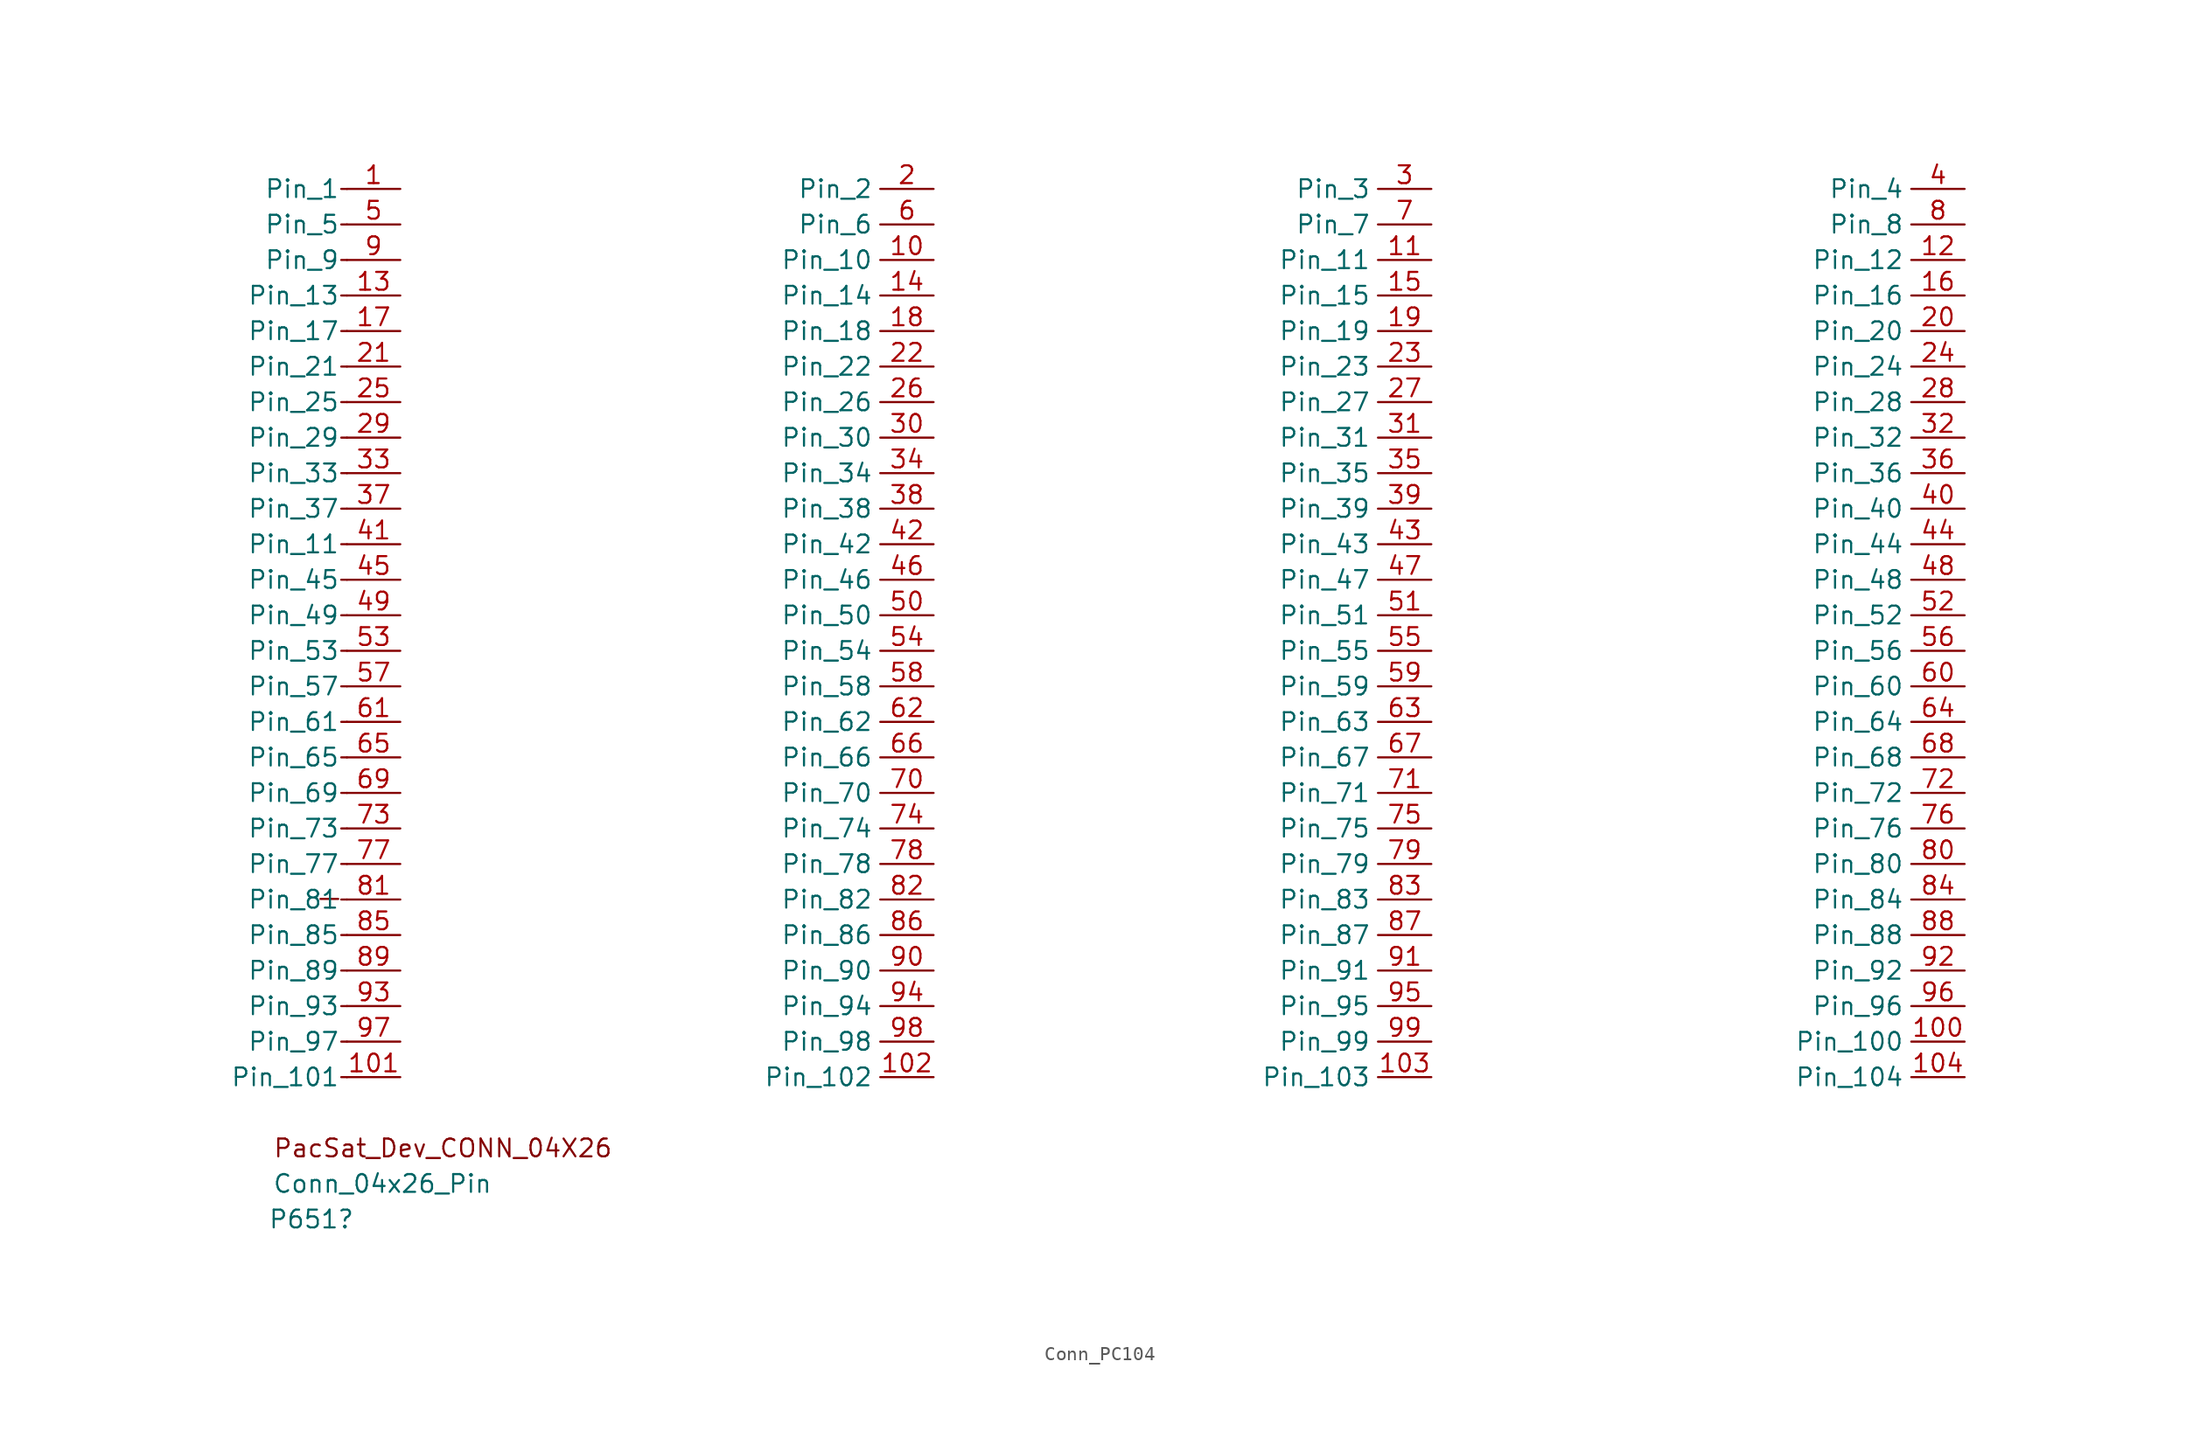
<source format=kicad_sym>
(kicad_symbol_lib
  (version 20241209)
  (generator "kicad_symbol_editor")
  (generator_version "9.0")
  (symbol "Conn_PC104"
    (property "Reference" "P651"
      (at -6.35 -10.16 0)
      (effects (font (size 1.27 1.27))))
    (property "Value" "Conn_04x26_Pin"
      (at -1.27 -7.62 0)
      (effects (font (size 1.27 1.27))))
    (symbol "Conn_PC104_1_1"
      (polyline (pts (xy -4.434 12.741) (xy -5.704 12.741)) (stroke (width 0) (type default)) (fill (type none)))
      (polyline (pts (xy -3.81 63.5) (xy -4.216 63.5)) (stroke (width 0.152) (type default)) (fill (type none)))
      (polyline (pts (xy -3.81 60.96) (xy -4.216 60.96)) (stroke (width 0.152) (type default)) (fill (type none)))
      (polyline (pts (xy -3.81 58.42) (xy -4.216 58.42)) (stroke (width 0.152) (type default)) (fill (type none)))
      (polyline (pts (xy -3.81 55.88) (xy -4.216 55.88)) (stroke (width 0.152) (type default)) (fill (type none)))
      (polyline (pts (xy -3.81 53.34) (xy -4.216 53.34)) (stroke (width 0.152) (type default)) (fill (type none)))
      (polyline (pts (xy -3.81 50.8) (xy -4.216 50.8)) (stroke (width 0.152) (type default)) (fill (type none)))
      (polyline (pts (xy -3.81 48.26) (xy -4.216 48.26)) (stroke (width 0.152) (type default)) (fill (type none)))
      (polyline (pts (xy -3.81 45.72) (xy -4.216 45.72)) (stroke (width 0.152) (type default)) (fill (type none)))
      (polyline (pts (xy -3.81 43.18) (xy -4.216 43.18)) (stroke (width 0.152) (type default)) (fill (type none)))
      (polyline (pts (xy -3.81 40.64) (xy -4.216 40.64)) (stroke (width 0.152) (type default)) (fill (type none)))
      (polyline (pts (xy -3.81 38.1) (xy -4.216 38.1)) (stroke (width 0.152) (type default)) (fill (type none)))
      (polyline (pts (xy -3.81 35.56) (xy -4.216 35.56)) (stroke (width 0.152) (type default)) (fill (type none)))
      (polyline (pts (xy -3.81 33.02) (xy -4.216 33.02)) (stroke (width 0.152) (type default)) (fill (type none)))
      (polyline (pts (xy -3.81 30.48) (xy -4.216 30.48)) (stroke (width 0.152) (type default)) (fill (type none)))
      (polyline (pts (xy -3.81 27.94) (xy -4.216 27.94)) (stroke (width 0.152) (type default)) (fill (type none)))
      (polyline (pts (xy -3.81 25.4) (xy -4.216 25.4)) (stroke (width 0.152) (type default)) (fill (type none)))
      (polyline (pts (xy -3.81 22.86) (xy -4.216 22.86)) (stroke (width 0.152) (type default)) (fill (type none)))
      (polyline (pts (xy -3.81 20.32) (xy -4.216 20.32)) (stroke (width 0.152) (type default)) (fill (type none)))
      (polyline (pts (xy -3.81 17.78) (xy -4.216 17.78)) (stroke (width 0.152) (type default)) (fill (type none)))
      (polyline (pts (xy -3.81 15.24) (xy -4.216 15.24)) (stroke (width 0.152) (type default)) (fill (type none)))
      (polyline (pts (xy -3.81 12.7) (xy -4.216 12.7)) (stroke (width 0.152) (type default)) (fill (type none)))
      (polyline (pts (xy -3.81 10.16) (xy -4.216 10.16)) (stroke (width 0.152) (type default)) (fill (type none)))
      (polyline (pts (xy -3.81 7.62) (xy -4.216 7.62)) (stroke (width 0.152) (type default)) (fill (type none)))
      (polyline (pts (xy -3.81 5.08) (xy -4.216 5.08)) (stroke (width 0.152) (type default)) (fill (type none)))
      (polyline (pts (xy -3.81 2.54) (xy -4.216 2.54)) (stroke (width 0.152) (type default)) (fill (type none)))
      (polyline (pts (xy -3.81 0) (xy -4.216 0)) (stroke (width 0.152) (type default)) (fill (type none)))
      (text "PacSat_Dev_CONN_04X26" (at 3.048 -5.08 0) (effects (font (size 1.27 1.27))))
      (pin passive line (at 0 63.5 180) (length 3.81) (name "Pin_1" (effects (font (size 1.27 1.27)))) (number "1" (effects (font (size 1.27 1.27)))))
      (pin passive line (at 0 60.96 180) (length 3.81) (name "Pin_5" (effects (font (size 1.27 1.27)))) (number "5" (effects (font (size 1.27 1.27)))))
      (pin passive line (at 0 58.42 180) (length 3.81) (name "Pin_9" (effects (font (size 1.27 1.27)))) (number "9" (effects (font (size 1.27 1.27)))))
      (pin passive line (at 0 55.88 180) (length 3.81) (name "Pin_13" (effects (font (size 1.27 1.27)))) (number "13" (effects (font (size 1.27 1.27)))))
      (pin passive line (at 0 53.34 180) (length 3.81) (name "Pin_17" (effects (font (size 1.27 1.27)))) (number "17" (effects (font (size 1.27 1.27)))))
      (pin passive line (at 0 50.8 180) (length 3.81) (name "Pin_21" (effects (font (size 1.27 1.27)))) (number "21" (effects (font (size 1.27 1.27)))))
      (pin passive line (at 0 48.26 180) (length 3.81) (name "Pin_25" (effects (font (size 1.27 1.27)))) (number "25" (effects (font (size 1.27 1.27)))))
      (pin passive line (at 0 45.72 180) (length 3.81) (name "Pin_29" (effects (font (size 1.27 1.27)))) (number "29" (effects (font (size 1.27 1.27)))))
      (pin passive line (at 0 43.18 180) (length 3.81) (name "Pin_33" (effects (font (size 1.27 1.27)))) (number "33" (effects (font (size 1.27 1.27)))))
      (pin passive line (at 0 40.64 180) (length 3.81) (name "Pin_37" (effects (font (size 1.27 1.27)))) (number "37" (effects (font (size 1.27 1.27)))))
      (pin passive line (at 0 38.1 180) (length 3.81) (name "Pin_11" (effects (font (size 1.27 1.27)))) (number "41" (effects (font (size 1.27 1.27)))))
      (pin passive line (at 0 35.56 180) (length 3.81) (name "Pin_45" (effects (font (size 1.27 1.27)))) (number "45" (effects (font (size 1.27 1.27)))))
      (pin passive line (at 0 33.02 180) (length 3.81) (name "Pin_49" (effects (font (size 1.27 1.27)))) (number "49" (effects (font (size 1.27 1.27)))))
      (pin passive line (at 0 30.48 180) (length 3.81) (name "Pin_53" (effects (font (size 1.27 1.27)))) (number "53" (effects (font (size 1.27 1.27)))))
      (pin passive line (at 0 27.94 180) (length 3.81) (name "Pin_57" (effects (font (size 1.27 1.27)))) (number "57" (effects (font (size 1.27 1.27)))))
      (pin passive line (at 0 25.4 180) (length 3.81) (name "Pin_61" (effects (font (size 1.27 1.27)))) (number "61" (effects (font (size 1.27 1.27)))))
      (pin passive line (at 0 22.86 180) (length 3.81) (name "Pin_65" (effects (font (size 1.27 1.27)))) (number "65" (effects (font (size 1.27 1.27)))))
      (pin passive line (at 0 20.32 180) (length 3.81) (name "Pin_69" (effects (font (size 1.27 1.27)))) (number "69" (effects (font (size 1.27 1.27)))))
      (pin passive line (at 0 17.78 180) (length 3.81) (name "Pin_73" (effects (font (size 1.27 1.27)))) (number "73" (effects (font (size 1.27 1.27)))))
      (pin passive line (at 0 15.24 180) (length 3.81) (name "Pin_77" (effects (font (size 1.27 1.27)))) (number "77" (effects (font (size 1.27 1.27)))))
      (pin passive line (at 0 12.7 180) (length 3.81) (name "Pin_81" (effects (font (size 1.27 1.27)))) (number "81" (effects (font (size 1.27 1.27)))))
      (pin passive line (at 0 10.16 180) (length 3.81) (name "Pin_85" (effects (font (size 1.27 1.27)))) (number "85" (effects (font (size 1.27 1.27)))))
      (pin passive line (at 0 7.62 180) (length 3.81) (name "Pin_89" (effects (font (size 1.27 1.27)))) (number "89" (effects (font (size 1.27 1.27)))))
      (pin passive line (at 0 5.08 180) (length 3.81) (name "Pin_93" (effects (font (size 1.27 1.27)))) (number "93" (effects (font (size 1.27 1.27)))))
      (pin passive line (at 0 2.54 180) (length 3.81) (name "Pin_97" (effects (font (size 1.27 1.27)))) (number "97" (effects (font (size 1.27 1.27)))))
      (pin passive line (at 0 0 180) (length 3.81) (name "Pin_101" (effects (font (size 1.27 1.27)))) (number "101" (effects (font (size 1.27 1.27)))))
      (pin passive line (at 38.1 63.5 180) (length 3.81) (name "Pin_2" (effects (font (size 1.27 1.27)))) (number "2" (effects (font (size 1.27 1.27)))))
      (pin passive line (at 38.1 60.96 180) (length 3.81) (name "Pin_6" (effects (font (size 1.27 1.27)))) (number "6" (effects (font (size 1.27 1.27)))))
      (pin passive line (at 38.1 58.42 180) (length 3.81) (name "Pin_10" (effects (font (size 1.27 1.27)))) (number "10" (effects (font (size 1.27 1.27)))))
      (pin passive line (at 38.1 55.88 180) (length 3.81) (name "Pin_14" (effects (font (size 1.27 1.27)))) (number "14" (effects (font (size 1.27 1.27)))))
      (pin passive line (at 38.1 53.34 180) (length 3.81) (name "Pin_18" (effects (font (size 1.27 1.27)))) (number "18" (effects (font (size 1.27 1.27)))))
      (pin passive line (at 38.1 50.8 180) (length 3.81) (name "Pin_22" (effects (font (size 1.27 1.27)))) (number "22" (effects (font (size 1.27 1.27)))))
      (pin passive line (at 38.1 48.26 180) (length 3.81) (name "Pin_26" (effects (font (size 1.27 1.27)))) (number "26" (effects (font (size 1.27 1.27)))))
      (pin passive line (at 38.1 45.72 180) (length 3.81) (name "Pin_30" (effects (font (size 1.27 1.27)))) (number "30" (effects (font (size 1.27 1.27)))))
      (pin passive line (at 38.1 43.18 180) (length 3.81) (name "Pin_34" (effects (font (size 1.27 1.27)))) (number "34" (effects (font (size 1.27 1.27)))))
      (pin passive line (at 38.1 40.64 180) (length 3.81) (name "Pin_38" (effects (font (size 1.27 1.27)))) (number "38" (effects (font (size 1.27 1.27)))))
      (pin passive line (at 38.1 38.1 180) (length 3.81) (name "Pin_42" (effects (font (size 1.27 1.27)))) (number "42" (effects (font (size 1.27 1.27)))))
      (pin passive line (at 38.1 35.56 180) (length 3.81) (name "Pin_46" (effects (font (size 1.27 1.27)))) (number "46" (effects (font (size 1.27 1.27)))))
      (pin passive line (at 38.1 33.02 180) (length 3.81) (name "Pin_50" (effects (font (size 1.27 1.27)))) (number "50" (effects (font (size 1.27 1.27)))))
      (pin passive line (at 38.1 30.48 180) (length 3.81) (name "Pin_54" (effects (font (size 1.27 1.27)))) (number "54" (effects (font (size 1.27 1.27)))))
      (pin passive line (at 38.1 27.94 180) (length 3.81) (name "Pin_58" (effects (font (size 1.27 1.27)))) (number "58" (effects (font (size 1.27 1.27)))))
      (pin passive line (at 38.1 25.4 180) (length 3.81) (name "Pin_62" (effects (font (size 1.27 1.27)))) (number "62" (effects (font (size 1.27 1.27)))))
      (pin passive line (at 38.1 22.86 180) (length 3.81) (name "Pin_66" (effects (font (size 1.27 1.27)))) (number "66" (effects (font (size 1.27 1.27)))))
      (pin passive line (at 38.1 20.32 180) (length 3.81) (name "Pin_70" (effects (font (size 1.27 1.27)))) (number "70" (effects (font (size 1.27 1.27)))))
      (pin passive line (at 38.1 17.78 180) (length 3.81) (name "Pin_74" (effects (font (size 1.27 1.27)))) (number "74" (effects (font (size 1.27 1.27)))))
      (pin passive line (at 38.1 15.24 180) (length 3.81) (name "Pin_78" (effects (font (size 1.27 1.27)))) (number "78" (effects (font (size 1.27 1.27)))))
      (pin passive line (at 38.1 12.7 180) (length 3.81) (name "Pin_82" (effects (font (size 1.27 1.27)))) (number "82" (effects (font (size 1.27 1.27)))))
      (pin passive line (at 38.1 10.16 180) (length 3.81) (name "Pin_86" (effects (font (size 1.27 1.27)))) (number "86" (effects (font (size 1.27 1.27)))))
      (pin passive line (at 38.1 7.62 180) (length 3.81) (name "Pin_90" (effects (font (size 1.27 1.27)))) (number "90" (effects (font (size 1.27 1.27)))))
      (pin passive line (at 38.1 5.08 180) (length 3.81) (name "Pin_94" (effects (font (size 1.27 1.27)))) (number "94" (effects (font (size 1.27 1.27)))))
      (pin passive line (at 38.1 2.54 180) (length 3.81) (name "Pin_98" (effects (font (size 1.27 1.27)))) (number "98" (effects (font (size 1.27 1.27)))))
      (pin passive line (at 38.1 0 180) (length 3.81) (name "Pin_102" (effects (font (size 1.27 1.27)))) (number "102" (effects (font (size 1.27 1.27)))))
      (pin passive line (at 73.66 63.5 180) (length 3.81) (name "Pin_3" (effects (font (size 1.27 1.27)))) (number "3" (effects (font (size 1.27 1.27)))))
      (pin passive line (at 73.66 60.96 180) (length 3.81) (name "Pin_7" (effects (font (size 1.27 1.27)))) (number "7" (effects (font (size 1.27 1.27)))))
      (pin passive line (at 73.66 58.42 180) (length 3.81) (name "Pin_11" (effects (font (size 1.27 1.27)))) (number "11" (effects (font (size 1.27 1.27)))))
      (pin passive line (at 73.66 55.88 180) (length 3.81) (name "Pin_15" (effects (font (size 1.27 1.27)))) (number "15" (effects (font (size 1.27 1.27)))))
      (pin passive line (at 73.66 53.34 180) (length 3.81) (name "Pin_19" (effects (font (size 1.27 1.27)))) (number "19" (effects (font (size 1.27 1.27)))))
      (pin passive line (at 73.66 50.8 180) (length 3.81) (name "Pin_23" (effects (font (size 1.27 1.27)))) (number "23" (effects (font (size 1.27 1.27)))))
      (pin passive line (at 73.66 48.26 180) (length 3.81) (name "Pin_27" (effects (font (size 1.27 1.27)))) (number "27" (effects (font (size 1.27 1.27)))))
      (pin passive line (at 73.66 45.72 180) (length 3.81) (name "Pin_31" (effects (font (size 1.27 1.27)))) (number "31" (effects (font (size 1.27 1.27)))))
      (pin passive line (at 73.66 43.18 180) (length 3.81) (name "Pin_35" (effects (font (size 1.27 1.27)))) (number "35" (effects (font (size 1.27 1.27)))))
      (pin passive line (at 73.66 40.64 180) (length 3.81) (name "Pin_39" (effects (font (size 1.27 1.27)))) (number "39" (effects (font (size 1.27 1.27)))))
      (pin passive line (at 73.66 38.1 180) (length 3.81) (name "Pin_43" (effects (font (size 1.27 1.27)))) (number "43" (effects (font (size 1.27 1.27)))))
      (pin passive line (at 73.66 35.56 180) (length 3.81) (name "Pin_47" (effects (font (size 1.27 1.27)))) (number "47" (effects (font (size 1.27 1.27)))))
      (pin passive line (at 73.66 33.02 180) (length 3.81) (name "Pin_51" (effects (font (size 1.27 1.27)))) (number "51" (effects (font (size 1.27 1.27)))))
      (pin passive line (at 73.66 30.48 180) (length 3.81) (name "Pin_55" (effects (font (size 1.27 1.27)))) (number "55" (effects (font (size 1.27 1.27)))))
      (pin passive line (at 73.66 27.94 180) (length 3.81) (name "Pin_59" (effects (font (size 1.27 1.27)))) (number "59" (effects (font (size 1.27 1.27)))))
      (pin passive line (at 73.66 25.4 180) (length 3.81) (name "Pin_63" (effects (font (size 1.27 1.27)))) (number "63" (effects (font (size 1.27 1.27)))))
      (pin passive line (at 73.66 22.86 180) (length 3.81) (name "Pin_67" (effects (font (size 1.27 1.27)))) (number "67" (effects (font (size 1.27 1.27)))))
      (pin passive line (at 73.66 20.32 180) (length 3.81) (name "Pin_71" (effects (font (size 1.27 1.27)))) (number "71" (effects (font (size 1.27 1.27)))))
      (pin passive line (at 73.66 17.78 180) (length 3.81) (name "Pin_75" (effects (font (size 1.27 1.27)))) (number "75" (effects (font (size 1.27 1.27)))))
      (pin passive line (at 73.66 15.24 180) (length 3.81) (name "Pin_79" (effects (font (size 1.27 1.27)))) (number "79" (effects (font (size 1.27 1.27)))))
      (pin passive line (at 73.66 12.7 180) (length 3.81) (name "Pin_83" (effects (font (size 1.27 1.27)))) (number "83" (effects (font (size 1.27 1.27)))))
      (pin passive line (at 73.66 10.16 180) (length 3.81) (name "Pin_87" (effects (font (size 1.27 1.27)))) (number "87" (effects (font (size 1.27 1.27)))))
      (pin passive line (at 73.66 7.62 180) (length 3.81) (name "Pin_91" (effects (font (size 1.27 1.27)))) (number "91" (effects (font (size 1.27 1.27)))))
      (pin passive line (at 73.66 5.08 180) (length 3.81) (name "Pin_95" (effects (font (size 1.27 1.27)))) (number "95" (effects (font (size 1.27 1.27)))))
      (pin passive line (at 73.66 2.54 180) (length 3.81) (name "Pin_99" (effects (font (size 1.27 1.27)))) (number "99" (effects (font (size 1.27 1.27)))))
      (pin passive line (at 73.66 0 180) (length 3.81) (name "Pin_103" (effects (font (size 1.27 1.27)))) (number "103" (effects (font (size 1.27 1.27)))))
      (pin passive line (at 111.76 63.5 180) (length 3.81) (name "Pin_4" (effects (font (size 1.27 1.27)))) (number "4" (effects (font (size 1.27 1.27)))))
      (pin passive line (at 111.76 60.96 180) (length 3.81) (name "Pin_8" (effects (font (size 1.27 1.27)))) (number "8" (effects (font (size 1.27 1.27)))))
      (pin passive line (at 111.76 58.42 180) (length 3.81) (name "Pin_12" (effects (font (size 1.27 1.27)))) (number "12" (effects (font (size 1.27 1.27)))))
      (pin passive line (at 111.76 55.88 180) (length 3.81) (name "Pin_16" (effects (font (size 1.27 1.27)))) (number "16" (effects (font (size 1.27 1.27)))))
      (pin passive line (at 111.76 53.34 180) (length 3.81) (name "Pin_20" (effects (font (size 1.27 1.27)))) (number "20" (effects (font (size 1.27 1.27)))))
      (pin passive line (at 111.76 50.8 180) (length 3.81) (name "Pin_24" (effects (font (size 1.27 1.27)))) (number "24" (effects (font (size 1.27 1.27)))))
      (pin passive line (at 111.76 48.26 180) (length 3.81) (name "Pin_28" (effects (font (size 1.27 1.27)))) (number "28" (effects (font (size 1.27 1.27)))))
      (pin passive line (at 111.76 45.72 180) (length 3.81) (name "Pin_32" (effects (font (size 1.27 1.27)))) (number "32" (effects (font (size 1.27 1.27)))))
      (pin passive line (at 111.76 43.18 180) (length 3.81) (name "Pin_36" (effects (font (size 1.27 1.27)))) (number "36" (effects (font (size 1.27 1.27)))))
      (pin passive line (at 111.76 40.64 180) (length 3.81) (name "Pin_40" (effects (font (size 1.27 1.27)))) (number "40" (effects (font (size 1.27 1.27)))))
      (pin passive line (at 111.76 38.1 180) (length 3.81) (name "Pin_44" (effects (font (size 1.27 1.27)))) (number "44" (effects (font (size 1.27 1.27)))))
      (pin passive line (at 111.76 35.56 180) (length 3.81) (name "Pin_48" (effects (font (size 1.27 1.27)))) (number "48" (effects (font (size 1.27 1.27)))))
      (pin passive line (at 111.76 33.02 180) (length 3.81) (name "Pin_52" (effects (font (size 1.27 1.27)))) (number "52" (effects (font (size 1.27 1.27)))))
      (pin passive line (at 111.76 30.48 180) (length 3.81) (name "Pin_56" (effects (font (size 1.27 1.27)))) (number "56" (effects (font (size 1.27 1.27)))))
      (pin passive line (at 111.76 27.94 180) (length 3.81) (name "Pin_60" (effects (font (size 1.27 1.27)))) (number "60" (effects (font (size 1.27 1.27)))))
      (pin passive line (at 111.76 25.4 180) (length 3.81) (name "Pin_64" (effects (font (size 1.27 1.27)))) (number "64" (effects (font (size 1.27 1.27)))))
      (pin passive line (at 111.76 22.86 180) (length 3.81) (name "Pin_68" (effects (font (size 1.27 1.27)))) (number "68" (effects (font (size 1.27 1.27)))))
      (pin passive line (at 111.76 20.32 180) (length 3.81) (name "Pin_72" (effects (font (size 1.27 1.27)))) (number "72" (effects (font (size 1.27 1.27)))))
      (pin passive line (at 111.76 17.78 180) (length 3.81) (name "Pin_76" (effects (font (size 1.27 1.27)))) (number "76" (effects (font (size 1.27 1.27)))))
      (pin passive line (at 111.76 15.24 180) (length 3.81) (name "Pin_80" (effects (font (size 1.27 1.27)))) (number "80" (effects (font (size 1.27 1.27)))))
      (pin passive line (at 111.76 12.7 180) (length 3.81) (name "Pin_84" (effects (font (size 1.27 1.27)))) (number "84" (effects (font (size 1.27 1.27)))))
      (pin passive line (at 111.76 10.16 180) (length 3.81) (name "Pin_88" (effects (font (size 1.27 1.27)))) (number "88" (effects (font (size 1.27 1.27)))))
      (pin passive line (at 111.76 7.62 180) (length 3.81) (name "Pin_92" (effects (font (size 1.27 1.27)))) (number "92" (effects (font (size 1.27 1.27)))))
      (pin passive line (at 111.76 5.08 180) (length 3.81) (name "Pin_96" (effects (font (size 1.27 1.27)))) (number "96" (effects (font (size 1.27 1.27)))))
      (pin passive line (at 111.76 2.54 180) (length 3.81) (name "Pin_100" (effects (font (size 1.27 1.27)))) (number "100" (effects (font (size 1.27 1.27)))))
      (pin passive line (at 111.76 0 180) (length 3.81) (name "Pin_104" (effects (font (size 1.27 1.27)))) (number "104" (effects (font (size 1.27 1.27))))))))
</source>
